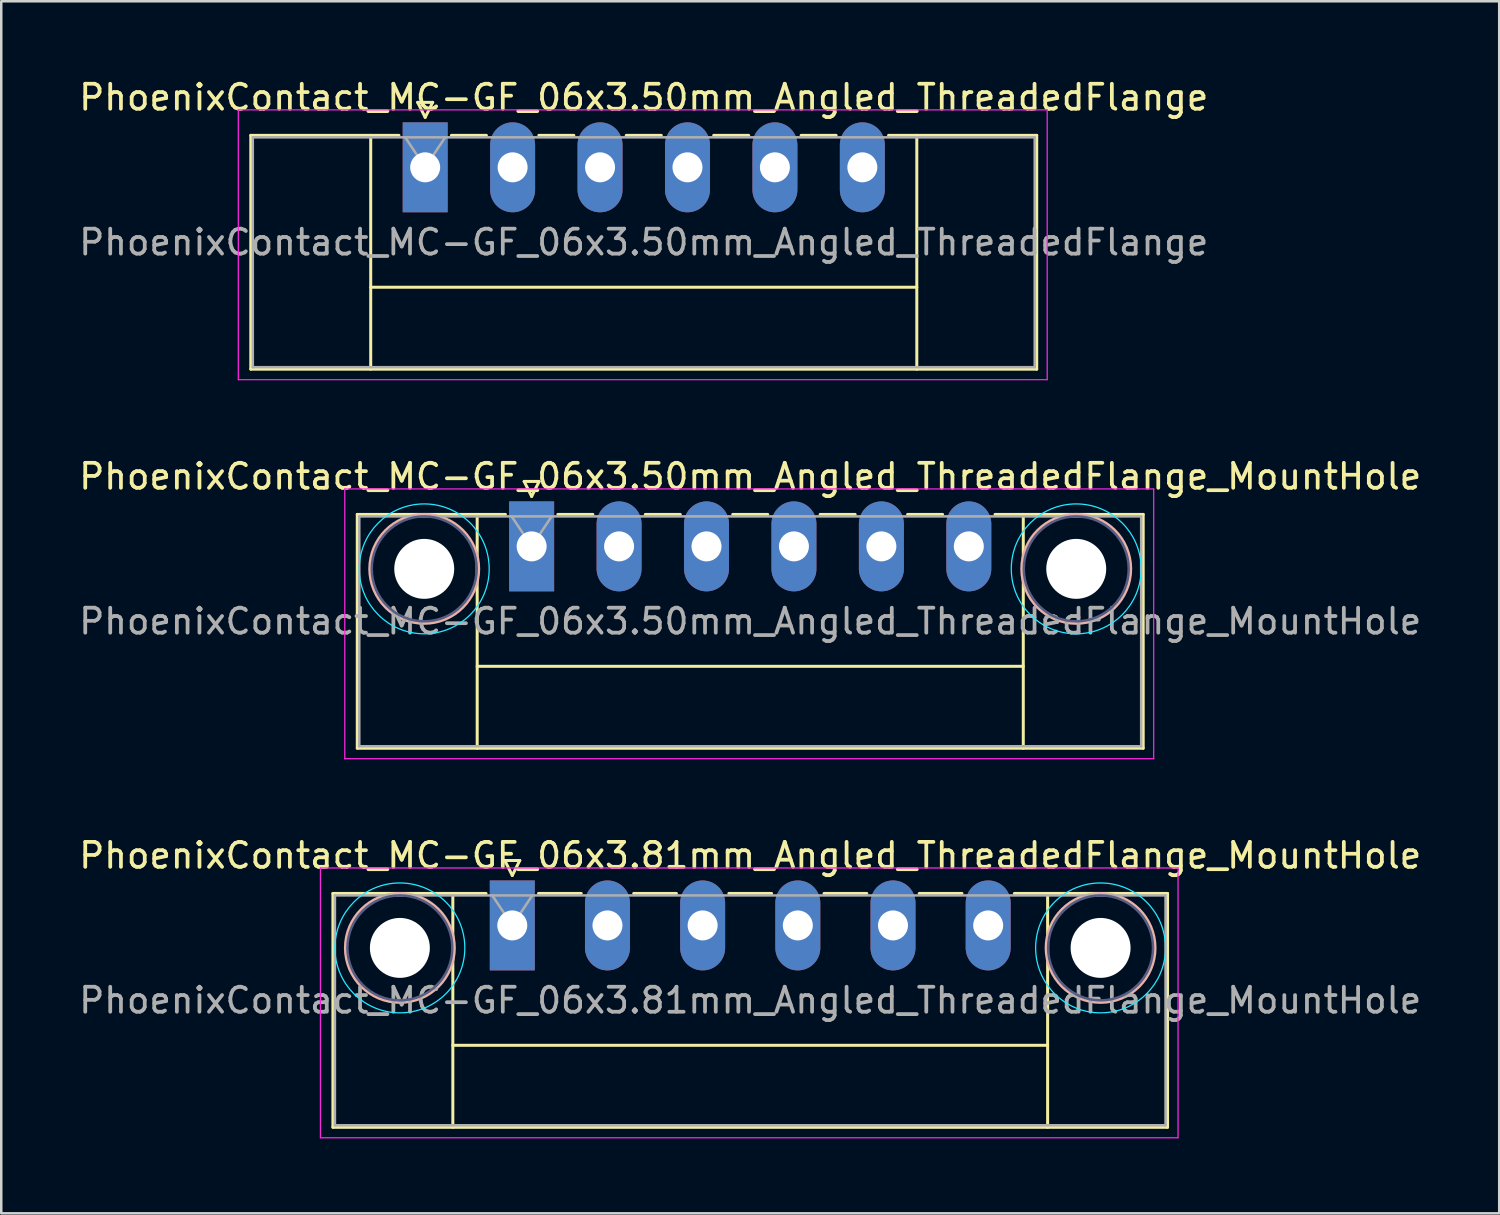
<source format=kicad_pcb>
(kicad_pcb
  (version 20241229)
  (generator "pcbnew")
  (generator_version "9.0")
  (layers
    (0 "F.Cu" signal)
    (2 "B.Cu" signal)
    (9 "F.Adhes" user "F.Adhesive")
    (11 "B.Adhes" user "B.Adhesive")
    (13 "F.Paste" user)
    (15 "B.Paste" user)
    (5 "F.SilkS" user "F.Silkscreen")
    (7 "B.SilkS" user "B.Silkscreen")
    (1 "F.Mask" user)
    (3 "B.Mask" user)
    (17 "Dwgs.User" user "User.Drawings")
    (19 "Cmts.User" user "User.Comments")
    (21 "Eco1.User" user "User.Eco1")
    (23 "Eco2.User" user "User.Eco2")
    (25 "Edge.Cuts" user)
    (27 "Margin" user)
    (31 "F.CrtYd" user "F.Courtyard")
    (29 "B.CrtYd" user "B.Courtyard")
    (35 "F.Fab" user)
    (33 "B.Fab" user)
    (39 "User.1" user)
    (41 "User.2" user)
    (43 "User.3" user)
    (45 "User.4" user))
  (footprint "PhoenixContact_MC-GF_06x3.81mm_Angled_ThreadedFlange_MountHole"
    (layer "F.Cu")
    (at 17.457 33.995)
    (property "Reference" "PhoenixContact_MC-GF_06x3.81mm_Angled_ThreadedFlange_MountHole" (at 9.525 -2.8 0) (layer "F.SilkS") (effects (font (size 1 1) (thickness 0.15))))
    (attr through_hole)
    (fp_line (start -7.18 -1.28) (end -7.18 8.08) (stroke (width 0.12) (type solid)) (layer "F.SilkS"))
    (fp_line (start -7.18 -1.28) (end -1.05 -1.28) (stroke (width 0.12) (type solid)) (layer "F.SilkS"))
    (fp_line (start -7.18 8.08) (end 26.23 8.08) (stroke (width 0.12) (type solid)) (layer "F.SilkS"))
    (fp_line (start -2.38 -1.28) (end -2.38 8.08) (stroke (width 0.12) (type solid)) (layer "F.SilkS"))
    (fp_line (start -2.38 4.8) (end 21.43 4.8) (stroke (width 0.12) (type solid)) (layer "F.SilkS"))
    (fp_line (start -0.3 -2.6) (end 0.3 -2.6) (stroke (width 0.12) (type solid)) (layer "F.SilkS"))
    (fp_line (start 0 -2) (end -0.3 -2.6) (stroke (width 0.12) (type solid)) (layer "F.SilkS"))
    (fp_line (start 0.3 -2.6) (end 0 -2) (stroke (width 0.12) (type solid)) (layer "F.SilkS"))
    (fp_line (start 1.05 -1.28) (end 2.76 -1.28) (stroke (width 0.12) (type solid)) (layer "F.SilkS"))
    (fp_line (start 4.86 -1.28) (end 6.57 -1.28) (stroke (width 0.12) (type solid)) (layer "F.SilkS"))
    (fp_line (start 8.67 -1.28) (end 10.38 -1.28) (stroke (width 0.12) (type solid)) (layer "F.SilkS"))
    (fp_line (start 12.48 -1.28) (end 14.19 -1.28) (stroke (width 0.12) (type solid)) (layer "F.SilkS"))
    (fp_line (start 16.29 -1.28) (end 18 -1.28) (stroke (width 0.12) (type solid)) (layer "F.SilkS"))
    (fp_line (start 21.43 -1.28) (end 21.43 8.08) (stroke (width 0.12) (type solid)) (layer "F.SilkS"))
    (fp_line (start 26.23 -1.28) (end 20.1 -1.28) (stroke (width 0.12) (type solid)) (layer "F.SilkS"))
    (fp_line (start 26.23 8.08) (end 26.23 -1.28) (stroke (width 0.12) (type solid)) (layer "F.SilkS"))
    (fp_circle (center -4.5 0.9) (end -2.32 0.9) (stroke (width 0.12) (type solid)) (fill no) (layer "B.SilkS"))
    (fp_circle (center 23.55 0.9) (end 25.73 0.9) (stroke (width 0.12) (type solid)) (fill no) (layer "B.SilkS"))
    (fp_circle (center -4.5 0.9) (end -1.9 0.9) (stroke (width 0.05) (type solid)) (fill no) (layer "B.CrtYd"))
    (fp_circle (center 23.55 0.9) (end 26.15 0.9) (stroke (width 0.05) (type solid)) (fill no) (layer "B.CrtYd"))
    (fp_line (start -7.68 -2.3) (end -7.68 8.5) (stroke (width 0.05) (type solid)) (layer "F.CrtYd"))
    (fp_line (start -7.68 8.5) (end 26.65 8.5) (stroke (width 0.05) (type solid)) (layer "F.CrtYd"))
    (fp_line (start 26.65 -2.3) (end -7.68 -2.3) (stroke (width 0.05) (type solid)) (layer "F.CrtYd"))
    (fp_line (start 26.65 8.5) (end 26.65 -2.3) (stroke (width 0.05) (type solid)) (layer "F.CrtYd"))
    (fp_circle (center -4.5 0.9) (end -2.4 0.9) (stroke (width 0.1) (type solid)) (fill no) (layer "B.Fab"))
    (fp_circle (center 23.55 0.9) (end 25.65 0.9) (stroke (width 0.1) (type solid)) (fill no) (layer "B.Fab"))
    (fp_line (start -7.1 -1.2) (end -7.1 8) (stroke (width 0.1) (type solid)) (layer "F.Fab"))
    (fp_line (start -7.1 8) (end 26.15 8) (stroke (width 0.1) (type solid)) (layer "F.Fab"))
    (fp_line (start 0 0) (end -0.8 -1.2) (stroke (width 0.1) (type solid)) (layer "F.Fab"))
    (fp_line (start 0.8 -1.2) (end 0 0) (stroke (width 0.1) (type solid)) (layer "F.Fab"))
    (fp_line (start 26.15 -1.2) (end -7.1 -1.2) (stroke (width 0.1) (type solid)) (layer "F.Fab"))
    (fp_line (start 26.15 8) (end 26.15 -1.2) (stroke (width 0.1) (type solid)) (layer "F.Fab"))
    (fp_text user "${REFERENCE}" (at 9.525 3 0) (layer "F.Fab") (effects (font (size 1 1) (thickness 0.15))))
    (pad "" np_thru_hole circle (at -4.5 0.9) (size 2.4 2.4) (drill 2.4) (layers "*.Cu" "*.Mask"))
    (pad "" np_thru_hole circle (at 23.55 0.9) (size 2.4 2.4) (drill 2.4) (layers "*.Cu" "*.Mask"))
    (pad "1" thru_hole rect (at 0 0) (size 1.8 3.6) (drill 1.2) (layers "*.Cu" "*.Mask"))
    (pad "2" thru_hole oval (at 3.81 0) (size 1.8 3.6) (drill 1.2) (layers "*.Cu" "*.Mask"))
    (pad "3" thru_hole oval (at 7.62 0) (size 1.8 3.6) (drill 1.2) (layers "*.Cu" "*.Mask"))
    (pad "4" thru_hole oval (at 11.43 0) (size 1.8 3.6) (drill 1.2) (layers "*.Cu" "*.Mask"))
    (pad "5" thru_hole oval (at 15.24 0) (size 1.8 3.6) (drill 1.2) (layers "*.Cu" "*.Mask"))
    (pad "6" thru_hole oval (at 19.05 0) (size 1.8 3.6) (drill 1.2) (layers "*.Cu" "*.Mask")))
  (footprint "PhoenixContact_MC-GF_06x3.50mm_Angled_ThreadedFlange_MountHole"
    (layer "F.Cu")
    (at 18.232 18.822)
    (property "Reference" "PhoenixContact_MC-GF_06x3.50mm_Angled_ThreadedFlange_MountHole" (at 8.75 -2.8 0) (layer "F.SilkS") (effects (font (size 1 1) (thickness 0.15))))
    (attr through_hole)
    (fp_line (start -6.98 -1.28) (end -6.98 8.08) (stroke (width 0.12) (type solid)) (layer "F.SilkS"))
    (fp_line (start -6.98 -1.28) (end -1.05 -1.28) (stroke (width 0.12) (type solid)) (layer "F.SilkS"))
    (fp_line (start -6.98 8.08) (end 24.48 8.08) (stroke (width 0.12) (type solid)) (layer "F.SilkS"))
    (fp_line (start -2.18 -1.28) (end -2.18 8.08) (stroke (width 0.12) (type solid)) (layer "F.SilkS"))
    (fp_line (start -2.18 4.8) (end 19.68 4.8) (stroke (width 0.12) (type solid)) (layer "F.SilkS"))
    (fp_line (start -0.3 -2.6) (end 0.3 -2.6) (stroke (width 0.12) (type solid)) (layer "F.SilkS"))
    (fp_line (start 0 -2) (end -0.3 -2.6) (stroke (width 0.12) (type solid)) (layer "F.SilkS"))
    (fp_line (start 0.3 -2.6) (end 0 -2) (stroke (width 0.12) (type solid)) (layer "F.SilkS"))
    (fp_line (start 1.05 -1.28) (end 2.45 -1.28) (stroke (width 0.12) (type solid)) (layer "F.SilkS"))
    (fp_line (start 4.55 -1.28) (end 5.95 -1.28) (stroke (width 0.12) (type solid)) (layer "F.SilkS"))
    (fp_line (start 8.05 -1.28) (end 9.45 -1.28) (stroke (width 0.12) (type solid)) (layer "F.SilkS"))
    (fp_line (start 11.55 -1.28) (end 12.95 -1.28) (stroke (width 0.12) (type solid)) (layer "F.SilkS"))
    (fp_line (start 15.05 -1.28) (end 16.45 -1.28) (stroke (width 0.12) (type solid)) (layer "F.SilkS"))
    (fp_line (start 19.68 -1.28) (end 19.68 8.08) (stroke (width 0.12) (type solid)) (layer "F.SilkS"))
    (fp_line (start 24.48 -1.28) (end 18.55 -1.28) (stroke (width 0.12) (type solid)) (layer "F.SilkS"))
    (fp_line (start 24.48 8.08) (end 24.48 -1.28) (stroke (width 0.12) (type solid)) (layer "F.SilkS"))
    (fp_circle (center -4.3 0.9) (end -2.12 0.9) (stroke (width 0.12) (type solid)) (fill no) (layer "B.SilkS"))
    (fp_circle (center 21.8 0.9) (end 23.98 0.9) (stroke (width 0.12) (type solid)) (fill no) (layer "B.SilkS"))
    (fp_circle (center -4.3 0.9) (end -1.7 0.9) (stroke (width 0.05) (type solid)) (fill no) (layer "B.CrtYd"))
    (fp_circle (center 21.8 0.9) (end 24.4 0.9) (stroke (width 0.05) (type solid)) (fill no) (layer "B.CrtYd"))
    (fp_line (start -7.48 -2.3) (end -7.48 8.5) (stroke (width 0.05) (type solid)) (layer "F.CrtYd"))
    (fp_line (start -7.48 8.5) (end 24.9 8.5) (stroke (width 0.05) (type solid)) (layer "F.CrtYd"))
    (fp_line (start 24.9 -2.3) (end -7.48 -2.3) (stroke (width 0.05) (type solid)) (layer "F.CrtYd"))
    (fp_line (start 24.9 8.5) (end 24.9 -2.3) (stroke (width 0.05) (type solid)) (layer "F.CrtYd"))
    (fp_circle (center -4.3 0.9) (end -2.2 0.9) (stroke (width 0.1) (type solid)) (fill no) (layer "B.Fab"))
    (fp_circle (center 21.8 0.9) (end 23.9 0.9) (stroke (width 0.1) (type solid)) (fill no) (layer "B.Fab"))
    (fp_line (start -6.9 -1.2) (end -6.9 8) (stroke (width 0.1) (type solid)) (layer "F.Fab"))
    (fp_line (start -6.9 8) (end 24.4 8) (stroke (width 0.1) (type solid)) (layer "F.Fab"))
    (fp_line (start 0 0) (end -0.8 -1.2) (stroke (width 0.1) (type solid)) (layer "F.Fab"))
    (fp_line (start 0.8 -1.2) (end 0 0) (stroke (width 0.1) (type solid)) (layer "F.Fab"))
    (fp_line (start 24.4 -1.2) (end -6.9 -1.2) (stroke (width 0.1) (type solid)) (layer "F.Fab"))
    (fp_line (start 24.4 8) (end 24.4 -1.2) (stroke (width 0.1) (type solid)) (layer "F.Fab"))
    (fp_text user "${REFERENCE}" (at 8.75 3 0) (layer "F.Fab") (effects (font (size 1 1) (thickness 0.15))))
    (pad "" np_thru_hole circle (at -4.3 0.9) (size 2.4 2.4) (drill 2.4) (layers "*.Cu" "*.Mask"))
    (pad "" np_thru_hole circle (at 21.8 0.9) (size 2.4 2.4) (drill 2.4) (layers "*.Cu" "*.Mask"))
    (pad "1" thru_hole rect (at 0 0) (size 1.8 3.6) (drill 1.2) (layers "*.Cu" "*.Mask"))
    (pad "2" thru_hole oval (at 3.5 0) (size 1.8 3.6) (drill 1.2) (layers "*.Cu" "*.Mask"))
    (pad "3" thru_hole oval (at 7 0) (size 1.8 3.6) (drill 1.2) (layers "*.Cu" "*.Mask"))
    (pad "4" thru_hole oval (at 10.5 0) (size 1.8 3.6) (drill 1.2) (layers "*.Cu" "*.Mask"))
    (pad "5" thru_hole oval (at 14 0) (size 1.8 3.6) (drill 1.2) (layers "*.Cu" "*.Mask"))
    (pad "6" thru_hole oval (at 17.5 0) (size 1.8 3.6) (drill 1.2) (layers "*.Cu" "*.Mask")))
  (footprint "PhoenixContact_MC-GF_06x3.50mm_Angled_ThreadedFlange"
    (layer "F.Cu")
    (at 13.97 3.648)
    (property "Reference" "PhoenixContact_MC-GF_06x3.50mm_Angled_ThreadedFlange" (at 8.75 -2.8 0) (layer "F.SilkS") (effects (font (size 1 1) (thickness 0.15))))
    (attr through_hole)
    (fp_line (start -6.98 -1.28) (end -6.98 8.08) (stroke (width 0.12) (type solid)) (layer "F.SilkS"))
    (fp_line (start -6.98 -1.28) (end -1.05 -1.28) (stroke (width 0.12) (type solid)) (layer "F.SilkS"))
    (fp_line (start -6.98 8.08) (end 24.48 8.08) (stroke (width 0.12) (type solid)) (layer "F.SilkS"))
    (fp_line (start -2.18 -1.28) (end -2.18 8.08) (stroke (width 0.12) (type solid)) (layer "F.SilkS"))
    (fp_line (start -2.18 4.8) (end 19.68 4.8) (stroke (width 0.12) (type solid)) (layer "F.SilkS"))
    (fp_line (start -0.3 -2.6) (end 0.3 -2.6) (stroke (width 0.12) (type solid)) (layer "F.SilkS"))
    (fp_line (start 0 -2) (end -0.3 -2.6) (stroke (width 0.12) (type solid)) (layer "F.SilkS"))
    (fp_line (start 0.3 -2.6) (end 0 -2) (stroke (width 0.12) (type solid)) (layer "F.SilkS"))
    (fp_line (start 1.05 -1.28) (end 2.45 -1.28) (stroke (width 0.12) (type solid)) (layer "F.SilkS"))
    (fp_line (start 4.55 -1.28) (end 5.95 -1.28) (stroke (width 0.12) (type solid)) (layer "F.SilkS"))
    (fp_line (start 8.05 -1.28) (end 9.45 -1.28) (stroke (width 0.12) (type solid)) (layer "F.SilkS"))
    (fp_line (start 11.55 -1.28) (end 12.95 -1.28) (stroke (width 0.12) (type solid)) (layer "F.SilkS"))
    (fp_line (start 15.05 -1.28) (end 16.45 -1.28) (stroke (width 0.12) (type solid)) (layer "F.SilkS"))
    (fp_line (start 19.68 -1.28) (end 19.68 8.08) (stroke (width 0.12) (type solid)) (layer "F.SilkS"))
    (fp_line (start 24.48 -1.28) (end 18.55 -1.28) (stroke (width 0.12) (type solid)) (layer "F.SilkS"))
    (fp_line (start 24.48 8.08) (end 24.48 -1.28) (stroke (width 0.12) (type solid)) (layer "F.SilkS"))
    (fp_line (start -7.48 -2.3) (end -7.48 8.5) (stroke (width 0.05) (type solid)) (layer "F.CrtYd"))
    (fp_line (start -7.48 8.5) (end 24.9 8.5) (stroke (width 0.05) (type solid)) (layer "F.CrtYd"))
    (fp_line (start 24.9 -2.3) (end -7.48 -2.3) (stroke (width 0.05) (type solid)) (layer "F.CrtYd"))
    (fp_line (start 24.9 8.5) (end 24.9 -2.3) (stroke (width 0.05) (type solid)) (layer "F.CrtYd"))
    (fp_line (start -6.9 -1.2) (end -6.9 8) (stroke (width 0.1) (type solid)) (layer "F.Fab"))
    (fp_line (start -6.9 8) (end 24.4 8) (stroke (width 0.1) (type solid)) (layer "F.Fab"))
    (fp_line (start 0 0) (end -0.8 -1.2) (stroke (width 0.1) (type solid)) (layer "F.Fab"))
    (fp_line (start 0.8 -1.2) (end 0 0) (stroke (width 0.1) (type solid)) (layer "F.Fab"))
    (fp_line (start 24.4 -1.2) (end -6.9 -1.2) (stroke (width 0.1) (type solid)) (layer "F.Fab"))
    (fp_line (start 24.4 8) (end 24.4 -1.2) (stroke (width 0.1) (type solid)) (layer "F.Fab"))
    (fp_text user "${REFERENCE}" (at 8.75 3 0) (layer "F.Fab") (effects (font (size 1 1) (thickness 0.15))))
    (pad "1" thru_hole rect (at 0 0) (size 1.8 3.6) (drill 1.2) (layers "*.Cu" "*.Mask"))
    (pad "2" thru_hole oval (at 3.5 0) (size 1.8 3.6) (drill 1.2) (layers "*.Cu" "*.Mask"))
    (pad "3" thru_hole oval (at 7 0) (size 1.8 3.6) (drill 1.2) (layers "*.Cu" "*.Mask"))
    (pad "4" thru_hole oval (at 10.5 0) (size 1.8 3.6) (drill 1.2) (layers "*.Cu" "*.Mask"))
    (pad "5" thru_hole oval (at 14 0) (size 1.8 3.6) (drill 1.2) (layers "*.Cu" "*.Mask"))
    (pad "6" thru_hole oval (at 17.5 0) (size 1.8 3.6) (drill 1.2) (layers "*.Cu" "*.Mask")))
  (gr_rect
    (start -3 -3)
    (end 56.964 45.52)
    (stroke (width 0.1) (type default))
    (fill no)
    (layer "Edge.Cuts")))
</source>
